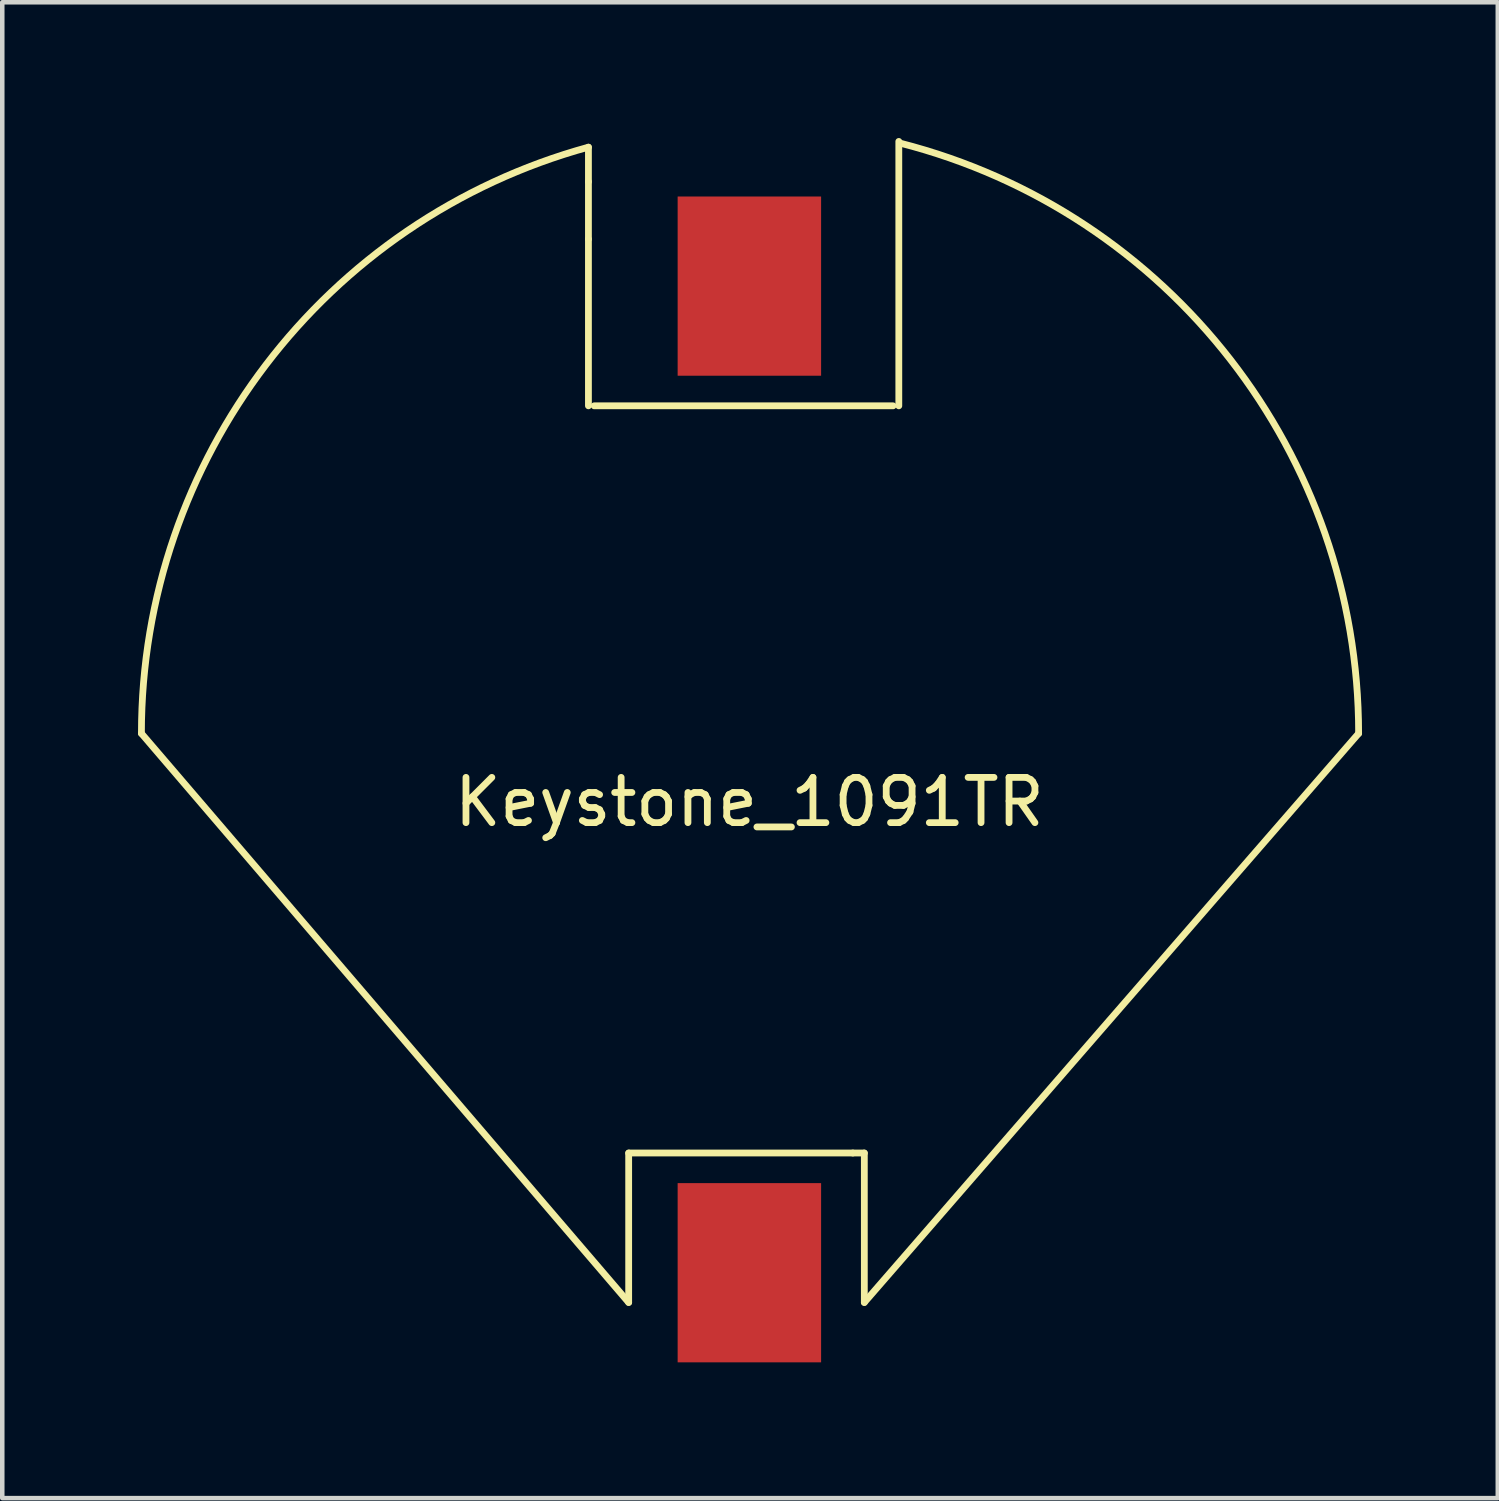
<source format=kicad_pcb>
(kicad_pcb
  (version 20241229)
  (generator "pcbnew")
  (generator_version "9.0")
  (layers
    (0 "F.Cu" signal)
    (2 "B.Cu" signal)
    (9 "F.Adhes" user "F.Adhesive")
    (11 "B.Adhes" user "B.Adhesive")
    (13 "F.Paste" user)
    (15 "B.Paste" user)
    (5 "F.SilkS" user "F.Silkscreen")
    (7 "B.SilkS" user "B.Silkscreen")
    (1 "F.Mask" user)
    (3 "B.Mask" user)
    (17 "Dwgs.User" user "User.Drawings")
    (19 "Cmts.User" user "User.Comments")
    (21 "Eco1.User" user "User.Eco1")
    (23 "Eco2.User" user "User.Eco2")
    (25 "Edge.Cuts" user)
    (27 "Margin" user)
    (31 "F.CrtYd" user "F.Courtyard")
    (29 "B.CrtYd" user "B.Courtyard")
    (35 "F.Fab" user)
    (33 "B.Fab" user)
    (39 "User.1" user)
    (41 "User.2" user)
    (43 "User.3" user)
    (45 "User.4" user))
  (footprint "Keystone_1091TR"
    (layer "F.Cu")
    (at 13.508 14.172)
    (property "Reference" "Keystone_1091TR" (at 0 0.5 0) (layer "F.SilkS") (effects (font (size 1 1) (thickness 0.15))))
    (attr through_hole)
    (fp_line (start -3.556 -13.208) (end -3.556 -13.97) (stroke (width 0.15) (type solid)) (layer "F.SilkS"))
    (fp_line (start -3.556 -11.938) (end -3.556 -13.208) (stroke (width 0.15) (type solid)) (layer "F.SilkS"))
    (fp_line (start -3.556 -11.938) (end -3.556 -8.255) (stroke (width 0.15) (type solid)) (layer "F.SilkS"))
    (fp_line (start -3.429 -8.255) (end 3.175 -8.255) (stroke (width 0.15) (type solid)) (layer "F.SilkS"))
    (fp_line (start -2.667 8.255) (end 2.286 8.255) (stroke (width 0.15) (type solid)) (layer "F.SilkS"))
    (fp_line (start -2.667 11.557) (end -13.433 -1.016) (stroke (width 0.15) (type solid)) (layer "F.SilkS"))
    (fp_line (start -2.667 11.557) (end -2.667 8.255) (stroke (width 0.15) (type solid)) (layer "F.SilkS"))
    (fp_line (start 2.286 8.255) (end 2.54 8.255) (stroke (width 0.15) (type solid)) (layer "F.SilkS"))
    (fp_line (start 2.54 8.255) (end 2.54 11.557) (stroke (width 0.15) (type solid)) (layer "F.SilkS"))
    (fp_line (start 3.302 -14.097) (end 3.302 -8.255) (stroke (width 0.15) (type solid)) (layer "F.SilkS"))
    (fp_line (start 13.462 -1.016) (end 2.54 11.557) (stroke (width 0.15) (type solid)) (layer "F.SilkS"))
    (fp_arc (start -13.433213 -1.016001) (mid -10.682221 -9.161021) (end -3.555999 -13.969999) (stroke (width 0.15) (type solid)) (layer "F.SilkS"))
    (fp_arc (start 3.325164 -14.060874) (mid 10.629883 -9.276209) (end 13.462 -1.016) (stroke (width 0.15) (type solid)) (layer "F.SilkS"))
    (pad "1" smd rect (at 0 -10.9) (size 3.17 3.96) (layers "F.Cu" "F.Mask" "F.Paste"))
    (pad "2" smd rect (at 0 10.9) (size 3.17 3.96) (layers "F.Cu" "F.Mask" "F.Paste")))
  (gr_rect
    (start -3 -3)
    (end 30.045 30.052)
    (stroke (width 0.1) (type default))
    (fill no)
    (layer "Edge.Cuts")))
</source>
